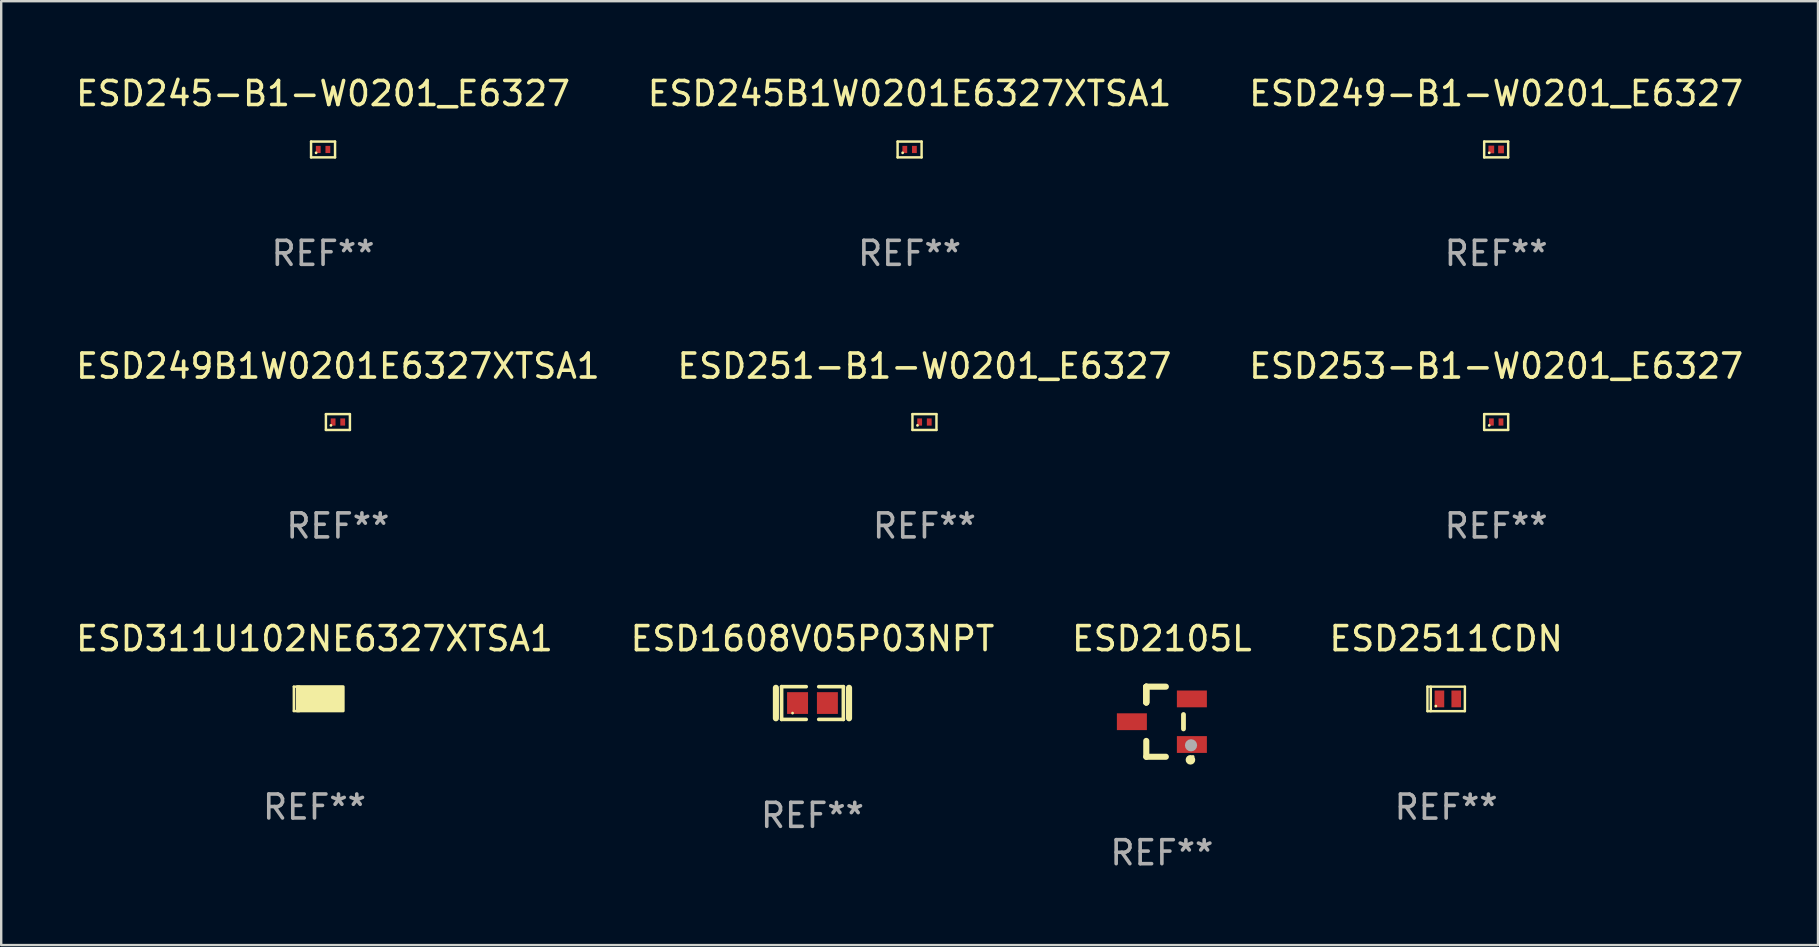
<source format=kicad_pcb>
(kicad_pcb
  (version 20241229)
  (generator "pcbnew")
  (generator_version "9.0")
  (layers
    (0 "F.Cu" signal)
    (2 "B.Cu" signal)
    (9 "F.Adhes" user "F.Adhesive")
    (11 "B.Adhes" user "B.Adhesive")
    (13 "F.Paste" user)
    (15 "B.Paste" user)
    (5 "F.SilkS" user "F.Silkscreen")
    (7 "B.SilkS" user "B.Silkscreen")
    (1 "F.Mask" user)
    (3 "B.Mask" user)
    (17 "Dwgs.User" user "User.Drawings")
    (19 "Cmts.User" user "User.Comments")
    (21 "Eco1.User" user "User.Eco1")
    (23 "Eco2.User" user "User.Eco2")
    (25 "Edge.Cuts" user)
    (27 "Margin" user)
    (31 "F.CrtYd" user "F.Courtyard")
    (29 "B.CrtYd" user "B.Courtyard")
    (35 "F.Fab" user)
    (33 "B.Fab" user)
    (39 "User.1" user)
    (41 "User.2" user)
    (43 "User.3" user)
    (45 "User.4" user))
  (footprint "ESD253-B1-W0201_E6327"
    (layer "F.Cu")
    (at 59.292 14.535)
    (property "Reference" "ESD253-B1-W0201_E6327" (at 0 -2.33 0) (layer "F.SilkS") (effects (font (size 1 1) (thickness 0.15))))
    (attr through_hole)
    (fp_line (start -0.5 -0.33) (end -0.5 0.33) (stroke (width 0.102) (type solid)) (layer "F.SilkS"))
    (fp_line (start -0.5 -0.33) (end 0.5 -0.33) (stroke (width 0.102) (type solid)) (layer "F.SilkS"))
    (fp_line (start -0.5 0.33) (end 0.5 0.33) (stroke (width 0.102) (type solid)) (layer "F.SilkS"))
    (fp_line (start 0.5 -0.33) (end 0.5 0.33) (stroke (width 0.102) (type solid)) (layer "F.SilkS"))
    (fp_circle (center -0.29 0.14) (end -0.26 0.14) (stroke (width 0.06) (type solid)) (fill no) (layer "F.SilkS"))
    (fp_text user "REF**" (at 0 4.33 0) (layer "F.Fab") (effects (font (size 1 1) (thickness 0.15))))
    (pad "1" smd rect (at -0.2 -0.000089 270) (size 0.3 0.2) (layers "F.Cu" "F.Mask" "F.Paste"))
    (pad "2" smd rect (at 0.2 -0.000089 270) (size 0.3 0.2) (layers "F.Cu" "F.Mask" "F.Paste")))
  (footprint "ESD249B1W0201E6327XTSA1"
    (layer "F.Cu")
    (at 11.03 14.535)
    (property "Reference" "ESD249B1W0201E6327XTSA1" (at 0 -2.33 0) (layer "F.SilkS") (effects (font (size 1 1) (thickness 0.15))))
    (attr through_hole)
    (fp_line (start -0.5 -0.33) (end -0.5 0.33) (stroke (width 0.102) (type solid)) (layer "F.SilkS"))
    (fp_line (start -0.5 -0.33) (end 0.5 -0.33) (stroke (width 0.102) (type solid)) (layer "F.SilkS"))
    (fp_line (start -0.5 0.33) (end 0.5 0.33) (stroke (width 0.102) (type solid)) (layer "F.SilkS"))
    (fp_line (start 0.5 -0.33) (end 0.5 0.33) (stroke (width 0.102) (type solid)) (layer "F.SilkS"))
    (fp_circle (center -0.29 0.14) (end -0.26 0.14) (stroke (width 0.06) (type solid)) (fill no) (layer "F.SilkS"))
    (fp_text user "REF**" (at 0 4.33 0) (layer "F.Fab") (effects (font (size 1 1) (thickness 0.15))))
    (pad "1" smd rect (at -0.2 -0.000089 270) (size 0.3 0.2) (layers "F.Cu" "F.Mask" "F.Paste"))
    (pad "2" smd rect (at 0.2 -0.000089 270) (size 0.3 0.2) (layers "F.Cu" "F.Mask" "F.Paste")))
  (footprint "ESD251-B1-W0201_E6327"
    (layer "F.Cu")
    (at 35.47 14.535)
    (property "Reference" "ESD251-B1-W0201_E6327" (at 0 -2.33 0) (layer "F.SilkS") (effects (font (size 1 1) (thickness 0.15))))
    (attr through_hole)
    (fp_line (start -0.5 -0.33) (end -0.5 0.33) (stroke (width 0.102) (type solid)) (layer "F.SilkS"))
    (fp_line (start -0.5 -0.33) (end 0.5 -0.33) (stroke (width 0.102) (type solid)) (layer "F.SilkS"))
    (fp_line (start -0.5 0.33) (end 0.5 0.33) (stroke (width 0.102) (type solid)) (layer "F.SilkS"))
    (fp_line (start 0.5 -0.33) (end 0.5 0.33) (stroke (width 0.102) (type solid)) (layer "F.SilkS"))
    (fp_circle (center -0.29 0.14) (end -0.26 0.14) (stroke (width 0.06) (type solid)) (fill no) (layer "F.SilkS"))
    (fp_text user "REF**" (at 0 4.33 0) (layer "F.Fab") (effects (font (size 1 1) (thickness 0.15))))
    (pad "1" smd rect (at -0.2 -0.000089 270) (size 0.3 0.2) (layers "F.Cu" "F.Mask" "F.Paste"))
    (pad "2" smd rect (at 0.2 -0.000089 270) (size 0.3 0.2) (layers "F.Cu" "F.Mask" "F.Paste")))
  (footprint "ESD2105L"
    (layer "F.Cu")
    (at 45.363 27.022)
    (property "Reference" "ESD2105L" (at 0 -3.46 0) (layer "F.SilkS") (effects (font (size 1 1) (thickness 0.15))))
    (attr through_hole)
    (fp_line (start -0.65 -1.46) (end -0.65 -0.8) (stroke (width 0.254) (type solid)) (layer "F.SilkS"))
    (fp_line (start -0.65 -1.46) (end 0.165 -1.46) (stroke (width 0.254) (type solid)) (layer "F.SilkS"))
    (fp_line (start -0.65 -0.8) (end -0.65 -1.46) (stroke (width 0.254) (type solid)) (layer "F.SilkS"))
    (fp_line (start -0.65 -0.8) (end -0.65 -1.46) (stroke (width 0.254) (type solid)) (layer "F.SilkS"))
    (fp_line (start -0.65 1.46) (end -0.65 0.8) (stroke (width 0.254) (type solid)) (layer "F.SilkS"))
    (fp_line (start 0.165 1.46) (end -0.65 1.46) (stroke (width 0.254) (type solid)) (layer "F.SilkS"))
    (fp_line (start 0.9 0.3) (end 0.9 -0.3) (stroke (width 0.2) (type solid)) (layer "F.SilkS"))
    (fp_circle (center 1.19 1.588) (end 1.29 1.588) (stroke (width 0.2) (type solid)) (fill no) (layer "F.SilkS"))
    (fp_circle (center 1.3 1.45) (end 1.33 1.45) (stroke (width 0.06) (type solid)) (fill no) (layer "F.SilkS"))
    (fp_circle (center 1.214 0.983) (end 1.341 0.983) (stroke (width 0.254) (type solid)) (fill no) (layer "F.Fab"))
    (fp_text user "REF**" (at 0 5.46 0) (layer "F.Fab") (effects (font (size 1 1) (thickness 0.15))))
    (pad "1" smd rect (at 1.25 0.95 270) (size 0.7 1.25) (layers "F.Cu" "F.Mask" "F.Paste"))
    (pad "2" smd rect (at 1.25 -0.95 270) (size 0.7 1.25) (layers "F.Cu" "F.Mask" "F.Paste"))
    (pad "3" smd rect (at -1.25 0 270) (size 0.7 1.25) (layers "F.Cu" "F.Mask" "F.Paste")))
  (footprint "ESD311U102NE6327XTSA1"
    (layer "F.Cu")
    (at 10.054 26.07)
    (property "Reference" "ESD311U102NE6327XTSA1" (at 0 -2.508 0) (layer "F.SilkS") (effects (font (size 1 1) (thickness 0.15))))
    (attr through_hole)
    (fp_line (start -0.862 -0.508) (end -0.862 0.508) (stroke (width 0.1) (type solid)) (layer "F.SilkS"))
    (fp_line (start -0.862 0.508) (end -0.629 0.508) (stroke (width 0.1) (type solid)) (layer "F.SilkS"))
    (fp_line (start -0.629 -0.508) (end -0.862 -0.508) (stroke (width 0.1) (type solid)) (layer "F.SilkS"))
    (fp_circle (center -0.513 0.412) (end -0.483 0.412) (stroke (width 0.06) (type solid)) (fill no) (layer "F.SilkS"))
    (fp_poly (pts (xy -0.723 -0.508) (xy 1.197 -0.508) (xy 1.197 0.502) (xy -0.723 0.502)) (stroke (width 0.12) (type solid)) (fill yes) (layer "F.SilkS"))
    (fp_text user "REF**" (at 0 4.508 0) (layer "F.Fab") (effects (font (size 1 1) (thickness 0.15))))
    (pad "1" smd rect (at -0.088 0.012) (size 1 0.8) (layers "F.Cu" "F.Mask" "F.Paste"))
    (pad "2" smd rect (at 0.862 0.012) (size 0.45 0.8) (layers "F.Cu" "F.Mask" "F.Paste")))
  (footprint "ESD2511CDN"
    (layer "F.Cu")
    (at 57.208 26.072)
    (property "Reference" "ESD2511CDN" (at 0 -2.51 0) (layer "F.SilkS") (effects (font (size 1 1) (thickness 0.15))))
    (attr through_hole)
    (fp_line (start -0.78 -0.51) (end -0.78 0.51) (stroke (width 0.102) (type solid)) (layer "F.SilkS"))
    (fp_line (start -0.78 -0.51) (end 0.78 -0.51) (stroke (width 0.102) (type solid)) (layer "F.SilkS"))
    (fp_line (start -0.78 0.51) (end 0.78 0.51) (stroke (width 0.102) (type solid)) (layer "F.SilkS"))
    (fp_line (start -0.64 -0.51) (end -0.64 0.51) (stroke (width 0.102) (type solid)) (layer "F.SilkS"))
    (fp_line (start 0.78 -0.51) (end 0.78 0.51) (stroke (width 0.102) (type solid)) (layer "F.SilkS"))
    (fp_circle (center -0.43 0.3) (end -0.4 0.3) (stroke (width 0.06) (type solid)) (fill no) (layer "F.SilkS"))
    (fp_text user "REF**" (at 0 4.51 0) (layer "F.Fab") (effects (font (size 1 1) (thickness 0.15))))
    (pad "1" smd rect (at -0.28 0) (size 0.4 0.7) (layers "F.Cu" "F.Mask" "F.Paste"))
    (pad "2" smd rect (at 0.42 0) (size 0.4 0.7) (layers "F.Cu" "F.Mask" "F.Paste")))
  (footprint "ESD249-B1-W0201_E6327"
    (layer "F.Cu")
    (at 59.292 3.178)
    (property "Reference" "ESD249-B1-W0201_E6327" (at 0 -2.33 0) (layer "F.SilkS") (effects (font (size 1 1) (thickness 0.15))))
    (attr through_hole)
    (fp_line (start -0.5 -0.33) (end -0.5 0.33) (stroke (width 0.102) (type solid)) (layer "F.SilkS"))
    (fp_line (start -0.5 -0.33) (end 0.5 -0.33) (stroke (width 0.102) (type solid)) (layer "F.SilkS"))
    (fp_line (start -0.5 0.33) (end 0.5 0.33) (stroke (width 0.102) (type solid)) (layer "F.SilkS"))
    (fp_line (start 0.5 -0.33) (end 0.5 0.33) (stroke (width 0.102) (type solid)) (layer "F.SilkS"))
    (fp_circle (center -0.29 0.14) (end -0.26 0.14) (stroke (width 0.06) (type solid)) (fill no) (layer "F.SilkS"))
    (fp_text user "REF**" (at 0 4.33 0) (layer "F.Fab") (effects (font (size 1 1) (thickness 0.15))))
    (pad "1" smd rect (at -0.203 -0.000089) (size 0.24 0.32) (layers "F.Cu" "F.Mask" "F.Paste"))
    (pad "2" smd rect (at 0.203 -0.000089) (size 0.24 0.32) (layers "F.Cu" "F.Mask" "F.Paste")))
  (footprint "ESD245B1W0201E6327XTSA1"
    (layer "F.Cu")
    (at 34.851 3.178)
    (property "Reference" "ESD245B1W0201E6327XTSA1" (at 0 -2.33 0) (layer "F.SilkS") (effects (font (size 1 1) (thickness 0.15))))
    (attr through_hole)
    (fp_line (start -0.5 -0.33) (end -0.5 0.33) (stroke (width 0.102) (type solid)) (layer "F.SilkS"))
    (fp_line (start -0.5 -0.33) (end 0.5 -0.33) (stroke (width 0.102) (type solid)) (layer "F.SilkS"))
    (fp_line (start -0.5 0.33) (end 0.5 0.33) (stroke (width 0.102) (type solid)) (layer "F.SilkS"))
    (fp_line (start 0.5 -0.33) (end 0.5 0.33) (stroke (width 0.102) (type solid)) (layer "F.SilkS"))
    (fp_circle (center -0.29 0.14) (end -0.26 0.14) (stroke (width 0.06) (type solid)) (fill no) (layer "F.SilkS"))
    (fp_text user "REF**" (at 0 4.33 0) (layer "F.Fab") (effects (font (size 1 1) (thickness 0.15))))
    (pad "1" smd rect (at -0.2 -0.000089 270) (size 0.3 0.2) (layers "F.Cu" "F.Mask" "F.Paste"))
    (pad "2" smd rect (at 0.2 -0.000089 270) (size 0.3 0.2) (layers "F.Cu" "F.Mask" "F.Paste")))
  (footprint "ESD1608V05P03NPT"
    (layer "F.Cu")
    (at 30.804 26.244)
    (property "Reference" "ESD1608V05P03NPT" (at 0 -2.682 0) (layer "F.SilkS") (effects (font (size 1 1) (thickness 0.15))))
    (attr through_hole)
    (fp_line (start -1.524 -0.635) (end -1.524 0.635) (stroke (width 0.254) (type solid)) (layer "F.SilkS"))
    (fp_line (start -1.287 -0.682) (end -0.261 -0.682) (stroke (width 0.152) (type solid)) (layer "F.SilkS"))
    (fp_line (start -1.287 0.682) (end -1.287 -0.682) (stroke (width 0.152) (type solid)) (layer "F.SilkS"))
    (fp_line (start -0.261 0.682) (end -1.287 0.682) (stroke (width 0.152) (type solid)) (layer "F.SilkS"))
    (fp_line (start 0.261 0.682) (end 1.287 0.682) (stroke (width 0.152) (type solid)) (layer "F.SilkS"))
    (fp_line (start 1.287 -0.682) (end 0.261 -0.682) (stroke (width 0.152) (type solid)) (layer "F.SilkS"))
    (fp_line (start 1.287 0.682) (end 1.287 -0.682) (stroke (width 0.152) (type solid)) (layer "F.SilkS"))
    (fp_line (start 1.524 -0.635) (end 1.524 0.635) (stroke (width 0.254) (type solid)) (layer "F.SilkS"))
    (fp_circle (center -0.83 0.42) (end -0.8 0.42) (stroke (width 0.06) (type solid)) (fill no) (layer "F.SilkS"))
    (fp_text user "REF**" (at 0 4.682 0) (layer "F.Fab") (effects (font (size 1 1) (thickness 0.15))))
    (pad "1" smd rect (at -0.622 0) (size 0.873 0.907) (layers "F.Cu" "F.Mask" "F.Paste"))
    (pad "2" smd rect (at 0.622 0) (size 0.873 0.907) (layers "F.Cu" "F.Mask" "F.Paste")))
  (footprint "ESD245-B1-W0201_E6327"
    (layer "F.Cu")
    (at 10.411 3.178)
    (property "Reference" "ESD245-B1-W0201_E6327" (at 0 -2.33 0) (layer "F.SilkS") (effects (font (size 1 1) (thickness 0.15))))
    (attr through_hole)
    (fp_line (start -0.5 -0.33) (end -0.5 0.33) (stroke (width 0.102) (type solid)) (layer "F.SilkS"))
    (fp_line (start -0.5 -0.33) (end 0.5 -0.33) (stroke (width 0.102) (type solid)) (layer "F.SilkS"))
    (fp_line (start -0.5 0.33) (end 0.5 0.33) (stroke (width 0.102) (type solid)) (layer "F.SilkS"))
    (fp_line (start 0.5 -0.33) (end 0.5 0.33) (stroke (width 0.102) (type solid)) (layer "F.SilkS"))
    (fp_circle (center -0.29 0.14) (end -0.26 0.14) (stroke (width 0.06) (type solid)) (fill no) (layer "F.SilkS"))
    (fp_text user "REF**" (at 0 4.33 0) (layer "F.Fab") (effects (font (size 1 1) (thickness 0.15))))
    (pad "1" smd rect (at -0.2 -0.000089 270) (size 0.3 0.2) (layers "F.Cu" "F.Mask" "F.Paste"))
    (pad "2" smd rect (at 0.2 -0.000089 270) (size 0.3 0.2) (layers "F.Cu" "F.Mask" "F.Paste")))
  (gr_rect
    (start -3 -3)
    (end 72.702 36.33)
    (stroke (width 0.1) (type default))
    (fill no)
    (layer "Edge.Cuts")))
</source>
